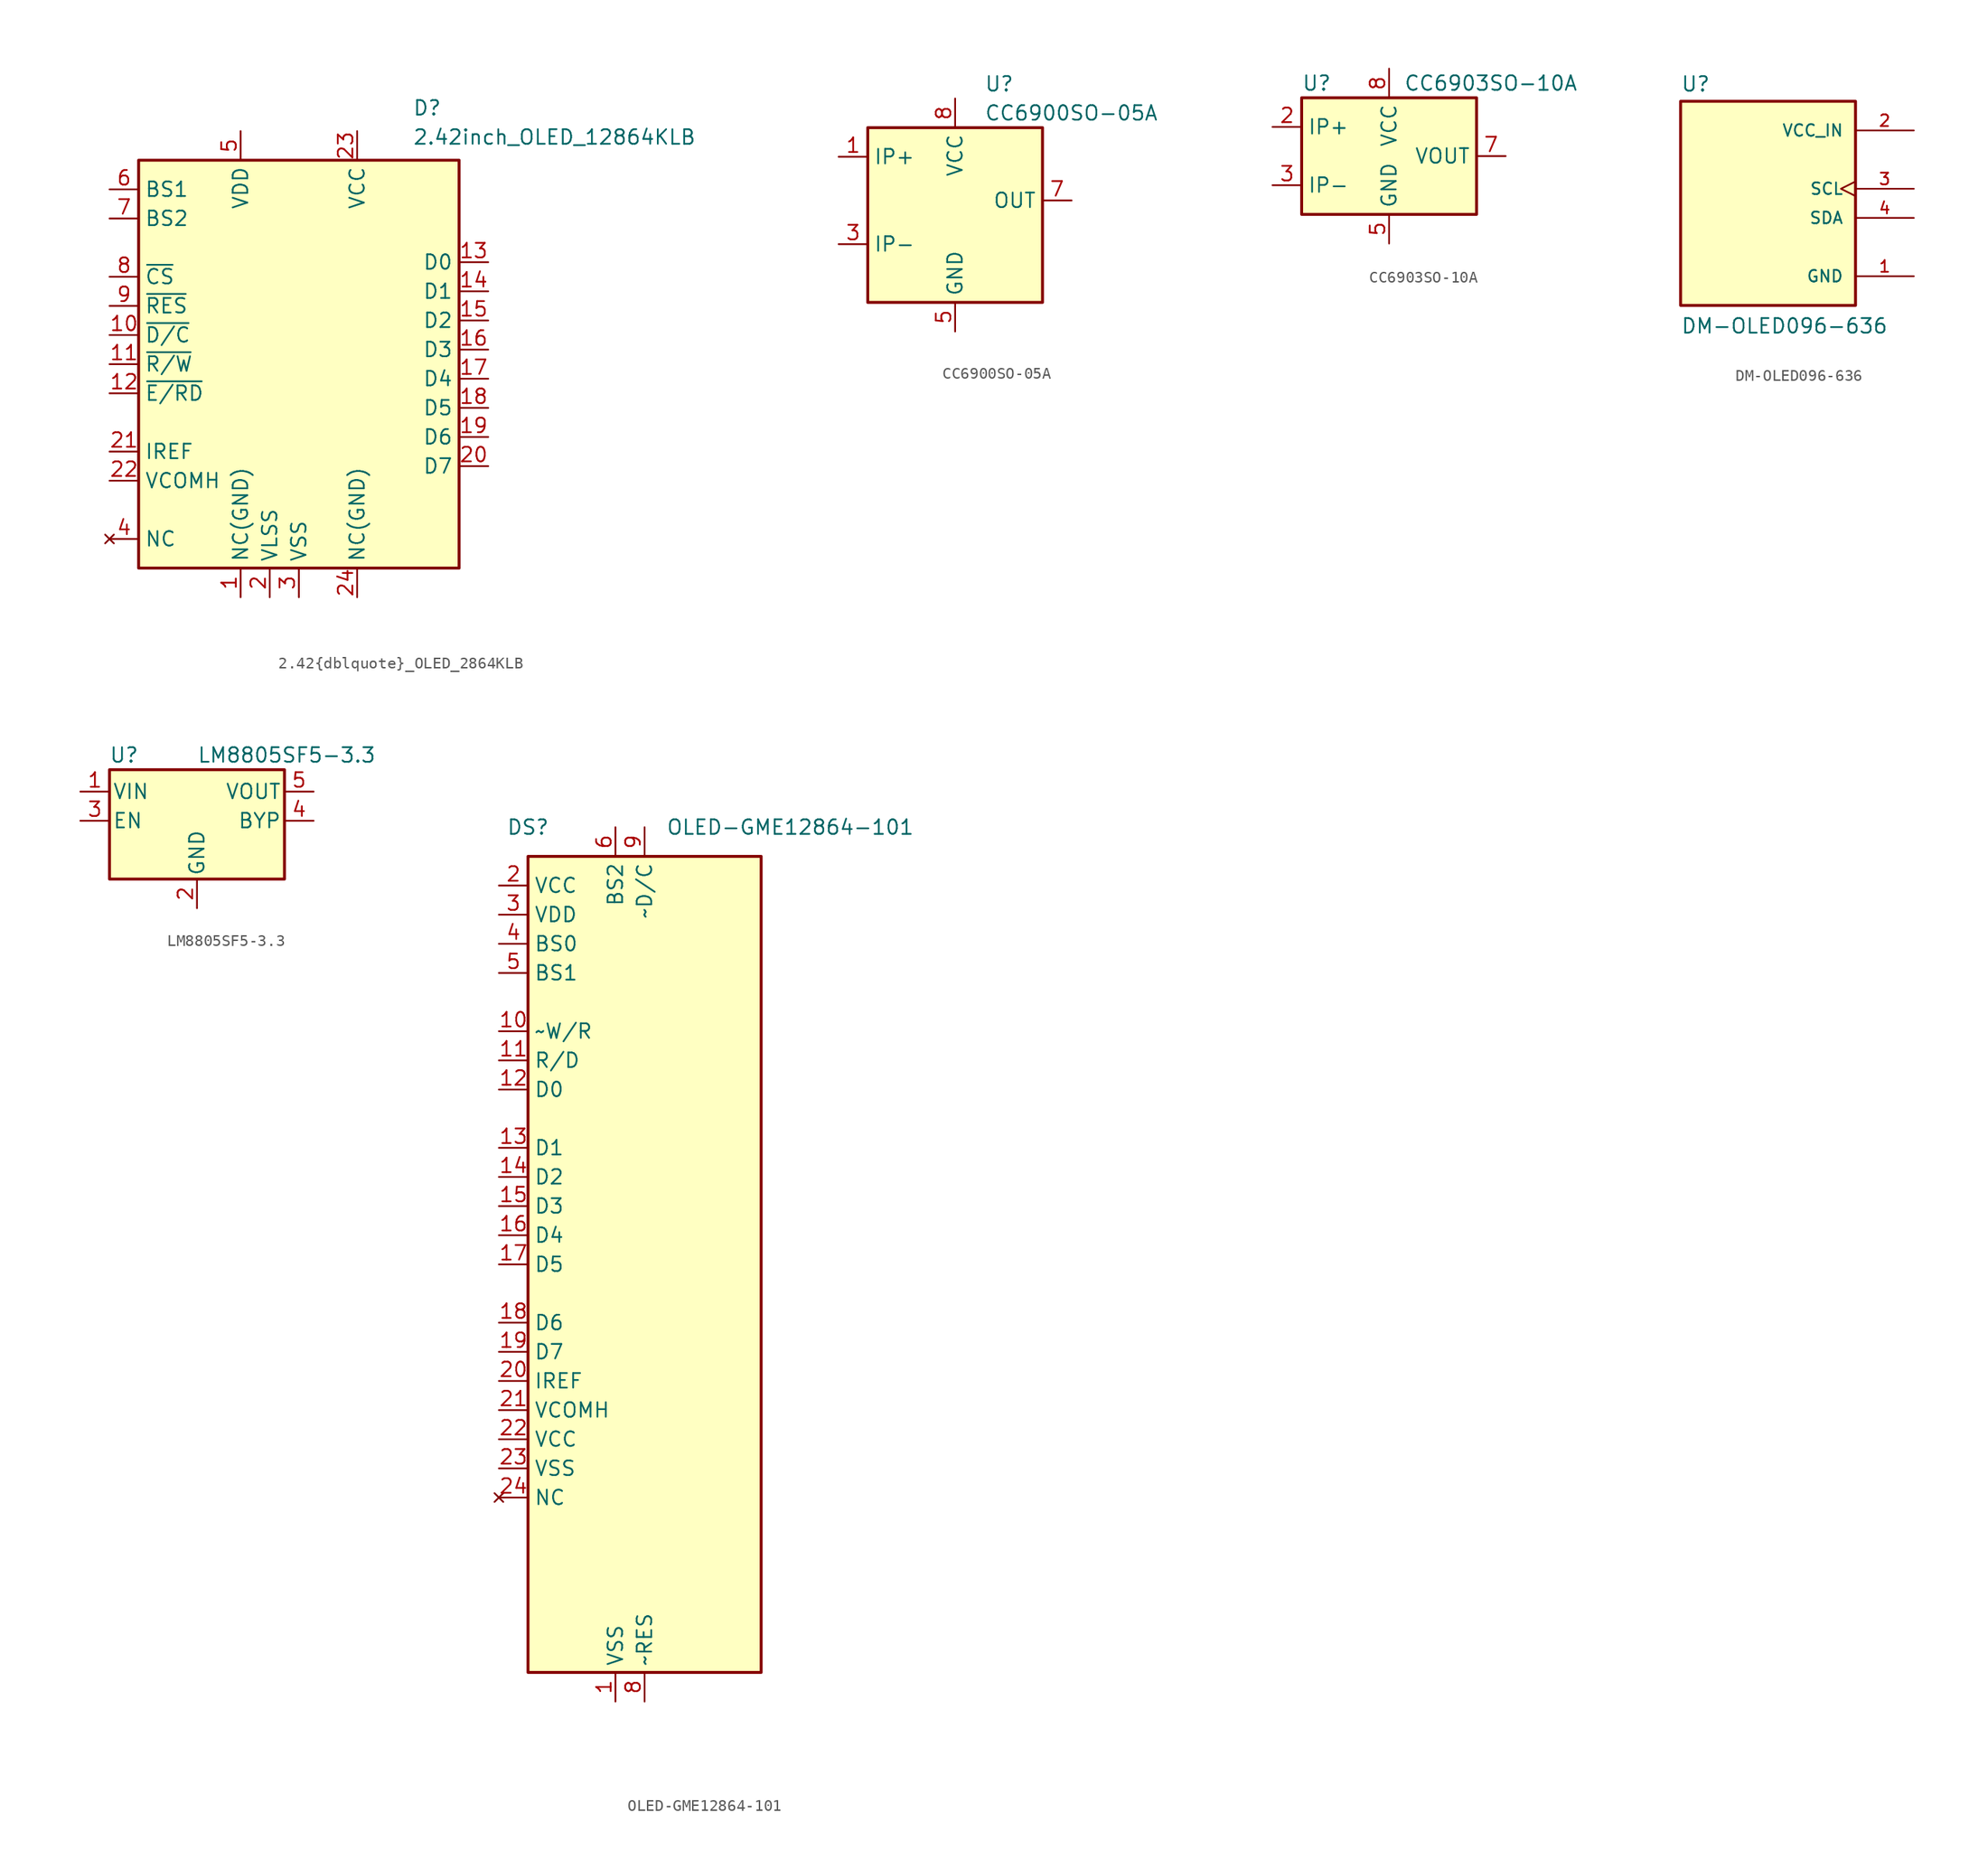
<source format=kicad_sym>
(kicad_symbol_lib
  (version 20231120)
  (generator "kicad_symbol_editor")
  (generator_version "8.0")
  (symbol "2.42{dblquote}_OLED_2864KLB"
    (property "Reference" "D"
      (at 9.906 21.59 0)
      (effects (font (size 1.27 1.27)) (justify left bottom)))
    (property "Value" "2.42inch_OLED_12864KLB"
      (at 9.906 19.05 0)
      (effects (font (size 1.27 1.27)) (justify left bottom)))
    (symbol "2.42{dblquote}_OLED_2864KLB_1_0"
      (rectangle (start -13.97 17.78) (end 13.97 -17.78) (stroke (width 0.254) (type solid) (color 128 0 0 1)) (fill (type background)))
      (pin power_in line (at -5.08 -20.32 90) (length 2.54) (name "NC(GND)" (effects (font (size 1.27 1.27)))) (number "1" (effects (font (size 1.27 1.27)))))
      (pin input line (at -16.51 2.54 0) (length 2.54) (name "~{D/C}" (effects (font (size 1.27 1.27)))) (number "10" (effects (font (size 1.27 1.27)))))
      (pin input line (at -16.51 0 0) (length 2.54) (name "~{R/W}" (effects (font (size 1.27 1.27)))) (number "11" (effects (font (size 1.27 1.27)))))
      (pin input line (at -16.51 -2.54 0) (length 2.54) (name "~{E/RD}" (effects (font (size 1.27 1.27)))) (number "12" (effects (font (size 1.27 1.27)))))
      (pin bidirectional line (at 16.51 8.89 180) (length 2.54) (name "D0" (effects (font (size 1.27 1.27)))) (number "13" (effects (font (size 1.27 1.27)))))
      (pin bidirectional line (at 16.51 6.35 180) (length 2.54) (name "D1" (effects (font (size 1.27 1.27)))) (number "14" (effects (font (size 1.27 1.27)))))
      (pin bidirectional line (at 16.51 3.81 180) (length 2.54) (name "D2" (effects (font (size 1.27 1.27)))) (number "15" (effects (font (size 1.27 1.27)))))
      (pin bidirectional line (at 16.51 1.27 180) (length 2.54) (name "D3" (effects (font (size 1.27 1.27)))) (number "16" (effects (font (size 1.27 1.27)))))
      (pin bidirectional line (at 16.51 -1.27 180) (length 2.54) (name "D4" (effects (font (size 1.27 1.27)))) (number "17" (effects (font (size 1.27 1.27)))))
      (pin bidirectional line (at 16.51 -3.81 180) (length 2.54) (name "D5" (effects (font (size 1.27 1.27)))) (number "18" (effects (font (size 1.27 1.27)))))
      (pin bidirectional line (at 16.51 -6.35 180) (length 2.54) (name "D6" (effects (font (size 1.27 1.27)))) (number "19" (effects (font (size 1.27 1.27)))))
      (pin power_in line (at -2.54 -20.32 90) (length 2.54) (name "VLSS" (effects (font (size 1.27 1.27)))) (number "2" (effects (font (size 1.27 1.27)))))
      (pin bidirectional line (at 16.51 -8.89 180) (length 2.54) (name "D7" (effects (font (size 1.27 1.27)))) (number "20" (effects (font (size 1.27 1.27)))))
      (pin input line (at -16.51 -7.62 0) (length 2.54) (name "IREF" (effects (font (size 1.27 1.27)))) (number "21" (effects (font (size 1.27 1.27)))))
      (pin input line (at -16.51 -10.16 0) (length 2.54) (name "VCOMH" (effects (font (size 1.27 1.27)))) (number "22" (effects (font (size 1.27 1.27)))))
      (pin power_in line (at 5.08 20.32 270) (length 2.54) (name "VCC" (effects (font (size 1.27 1.27)))) (number "23" (effects (font (size 1.27 1.27)))))
      (pin power_in line (at 5.08 -20.32 90) (length 2.54) (name "NC(GND)" (effects (font (size 1.27 1.27)))) (number "24" (effects (font (size 1.27 1.27)))))
      (pin power_in line (at 0 -20.32 90) (length 2.54) (name "VSS" (effects (font (size 1.27 1.27)))) (number "3" (effects (font (size 1.27 1.27)))))
      (pin no_connect line (at -16.51 -15.24 0) (length 2.54) (name "NC" (effects (font (size 1.27 1.27)))) (number "4" (effects (font (size 1.27 1.27)))))
      (pin power_in line (at -5.08 20.32 270) (length 2.54) (name "VDD" (effects (font (size 1.27 1.27)))) (number "5" (effects (font (size 1.27 1.27)))))
      (pin input line (at -16.51 15.24 0) (length 2.54) (name "BS1" (effects (font (size 1.27 1.27)))) (number "6" (effects (font (size 1.27 1.27)))))
      (pin input line (at -16.51 12.7 0) (length 2.54) (name "BS2" (effects (font (size 1.27 1.27)))) (number "7" (effects (font (size 1.27 1.27)))))
      (pin input line (at -16.51 7.62 0) (length 2.54) (name "~{CS}" (effects (font (size 1.27 1.27)))) (number "8" (effects (font (size 1.27 1.27)))))
      (pin input line (at -16.51 5.08 0) (length 2.54) (name "~{RES}" (effects (font (size 1.27 1.27)))) (number "9" (effects (font (size 1.27 1.27)))))))
  (symbol "CC6900SO-05A"
    (property "Reference" "U"
      (at 2.54 11.43 0)
      (effects (font (size 1.27 1.27)) (justify left)))
    (property "Value" "CC6900SO-05A"
      (at 2.54 8.89 0)
      (effects (font (size 1.27 1.27)) (justify left)))
    (symbol "CC6900SO-05A_0_1"
      (rectangle (start -7.62 7.62) (end 7.62 -7.62) (stroke (width 0.254) (type default)) (fill (type background))))
    (symbol "CC6900SO-05A_1_1"
      (pin passive line (at -10.16 5.08 0) (length 2.54) (name "IP+" (effects (font (size 1.27 1.27)))) (number "1" (effects (font (size 1.27 1.27)))))
      (pin passive line (at -10.16 5.08 0) (length 2.54) hide (name "IP+" (effects (font (size 1.27 1.27)))) (number "2" (effects (font (size 1.27 1.27)))))
      (pin passive line (at -10.16 -2.54 0) (length 2.54) (name "IP-" (effects (font (size 1.27 1.27)))) (number "3" (effects (font (size 1.27 1.27)))))
      (pin passive line (at -10.16 -2.54 0) (length 2.54) hide (name "IP-" (effects (font (size 1.27 1.27)))) (number "4" (effects (font (size 1.27 1.27)))))
      (pin power_in line (at 0 -10.16 90) (length 2.54) (name "GND" (effects (font (size 1.27 1.27)))) (number "5" (effects (font (size 1.27 1.27)))))
      (pin input line (at 10.16 -2.54 180) (length 2.54) hide (name "NC" (effects (font (size 1.27 1.27)))) (number "6" (effects (font (size 1.27 1.27)))))
      (pin output line (at 10.16 1.27 180) (length 2.54) (name "OUT" (effects (font (size 1.27 1.27)))) (number "7" (effects (font (size 1.27 1.27)))))
      (pin power_in line (at 0 10.16 270) (length 2.54) (name "VCC" (effects (font (size 1.27 1.27)))) (number "8" (effects (font (size 1.27 1.27)))))))
  (symbol "CC6903SO-10A"
    (property "Reference" "U"
      (at -7.62 6.35 0)
      (effects (font (size 1.27 1.27)) (justify left)))
    (property "Value" "CC6903SO-10A"
      (at 1.27 6.35 0)
      (effects (font (size 1.27 1.27)) (justify left)))
    (symbol "CC6903SO-10A_0_1"
      (rectangle (start -7.62 5.08) (end 7.62 -5.08) (stroke (width 0.254) (type default)) (fill (type background))))
    (symbol "CC6903SO-10A_1_1"
      (pin passive line (at -10.16 2.54 0) (length 2.54) hide (name "IP+" (effects (font (size 1.27 1.27)))) (number "1" (effects (font (size 1.27 1.27)))))
      (pin passive line (at -10.16 2.54 0) (length 2.54) (name "IP+" (effects (font (size 1.27 1.27)))) (number "2" (effects (font (size 1.27 1.27)))))
      (pin passive line (at -10.16 -2.54 0) (length 2.54) (name "IP-" (effects (font (size 1.27 1.27)))) (number "3" (effects (font (size 1.27 1.27)))))
      (pin passive line (at -10.16 -2.54 0) (length 2.54) hide (name "IP-" (effects (font (size 1.27 1.27)))) (number "4" (effects (font (size 1.27 1.27)))))
      (pin power_in line (at 0 -7.62 90) (length 2.54) (name "GND" (effects (font (size 1.27 1.27)))) (number "5" (effects (font (size 1.27 1.27)))))
      (pin no_connect line (at 7.62 -2.54 180) (length 2.54) hide (name "NC" (effects (font (size 1.27 1.27)))) (number "6" (effects (font (size 1.27 1.27)))))
      (pin output line (at 10.16 0 180) (length 2.54) (name "VOUT" (effects (font (size 1.27 1.27)))) (number "7" (effects (font (size 1.27 1.27)))))
      (pin power_in line (at 0 7.62 270) (length 2.54) (name "VCC" (effects (font (size 1.27 1.27)))) (number "8" (effects (font (size 1.27 1.27)))))))
  (symbol "DM-OLED096-636"
    (pin_names
      (offset 1.016))
    (property "Reference" "U"
      (at -7.62 10.922 0)
      (effects (font (size 1.27 1.27)) (justify left bottom)))
    (property "Value" "DM-OLED096-636"
      (at -7.62 -10.16 0)
      (effects (font (size 1.27 1.27)) (justify left bottom)))
    (symbol "DM-OLED096-636_0_0"
      (rectangle (start -7.62 10.16) (end 7.62 -7.62) (stroke (width 0.254) (type default)) (fill (type background)))
      (pin power_in line (at 12.7 -5.08 180) (length 5.08) (name "GND" (effects (font (size 1.016 1.016)))) (number "1" (effects (font (size 1.016 1.016)))))
      (pin power_in line (at 12.7 7.62 180) (length 5.08) (name "VCC_IN" (effects (font (size 1.016 1.016)))) (number "2" (effects (font (size 1.016 1.016)))))
      (pin input clock (at 12.7 2.54 180) (length 5.08) (name "SCL" (effects (font (size 1.016 1.016)))) (number "3" (effects (font (size 1.016 1.016)))))
      (pin bidirectional line (at 12.7 0 180) (length 5.08) (name "SDA" (effects (font (size 1.016 1.016)))) (number "4" (effects (font (size 1.016 1.016)))))))
  (symbol "LM8805SF5-3.3"
    (pin_names
      (offset 0.254))
    (property "Reference" "U"
      (at -6.35 5.715 0)
      (effects (font (size 1.27 1.27))))
    (property "Value" "LM8805SF5-3.3"
      (at 0 5.715 0)
      (effects (font (size 1.27 1.27)) (justify left)))
    (symbol "LM8805SF5-3.3_0_1"
      (rectangle (start -7.62 -5.08) (end 7.62 4.445) (stroke (width 0.254) (type default)) (fill (type background))))
    (symbol "LM8805SF5-3.3_1_1"
      (pin power_in line (at -10.16 2.54 0) (length 2.54) (name "VIN" (effects (font (size 1.27 1.27)))) (number "1" (effects (font (size 1.27 1.27)))))
      (pin power_in line (at 0 -7.62 90) (length 2.54) (name "GND" (effects (font (size 1.27 1.27)))) (number "2" (effects (font (size 1.27 1.27)))))
      (pin input line (at -10.16 0 0) (length 2.54) (name "EN" (effects (font (size 1.27 1.27)))) (number "3" (effects (font (size 1.27 1.27)))))
      (pin input line (at 10.16 0 180) (length 2.54) (name "BYP" (effects (font (size 1.27 1.27)))) (number "4" (effects (font (size 1.27 1.27)))))
      (pin power_out line (at 10.16 2.54 180) (length 2.54) (name "VOUT" (effects (font (size 1.27 1.27)))) (number "5" (effects (font (size 1.27 1.27)))))))
  (symbol "OLED-GME12864-101"
    (property "Reference" "DS"
      (at -10.16 38.1 0)
      (effects (font (size 1.27 1.27))))
    (property "Value" "OLED-GME12864-101"
      (at 12.7 38.1 0)
      (effects (font (size 1.27 1.27))))
    (symbol "OLED-GME12864-101_0_1"
      (rectangle (start -10.16 35.56) (end 10.16 -35.56) (stroke (width 0.254) (type default)) (fill (type background))))
    (symbol "OLED-GME12864-101_1_1"
      (pin power_in line (at -2.54 -38.1 90) (length 2.54) (name "VSS" (effects (font (size 1.27 1.27)))) (number "1" (effects (font (size 1.27 1.27)))))
      (pin input line (at -12.7 20.32 0) (length 2.54) (name "~W/R" (effects (font (size 1.27 1.27)))) (number "10" (effects (font (size 1.27 1.27)))))
      (pin input line (at -12.7 17.78 0) (length 2.54) (name "R/D" (effects (font (size 1.27 1.27)))) (number "11" (effects (font (size 1.27 1.27)))))
      (pin bidirectional line (at -12.7 15.24 0) (length 2.54) (name "D0" (effects (font (size 1.27 1.27)))) (number "12" (effects (font (size 1.27 1.27)))))
      (pin bidirectional line (at -12.7 10.16 0) (length 2.54) (name "D1" (effects (font (size 1.27 1.27)))) (number "13" (effects (font (size 1.27 1.27)))))
      (pin bidirectional line (at -12.7 7.62 0) (length 2.54) (name "D2" (effects (font (size 1.27 1.27)))) (number "14" (effects (font (size 1.27 1.27)))))
      (pin bidirectional line (at -12.7 5.08 0) (length 2.54) (name "D3" (effects (font (size 1.27 1.27)))) (number "15" (effects (font (size 1.27 1.27)))))
      (pin bidirectional line (at -12.7 2.54 0) (length 2.54) (name "D4" (effects (font (size 1.27 1.27)))) (number "16" (effects (font (size 1.27 1.27)))))
      (pin bidirectional line (at -12.7 0 0) (length 2.54) (name "D5" (effects (font (size 1.27 1.27)))) (number "17" (effects (font (size 1.27 1.27)))))
      (pin bidirectional line (at -12.7 -5.08 0) (length 2.54) (name "D6" (effects (font (size 1.27 1.27)))) (number "18" (effects (font (size 1.27 1.27)))))
      (pin bidirectional line (at -12.7 -7.62 0) (length 2.54) (name "D7" (effects (font (size 1.27 1.27)))) (number "19" (effects (font (size 1.27 1.27)))))
      (pin power_in line (at -12.7 33.02 0) (length 2.54) (name "VCC" (effects (font (size 1.27 1.27)))) (number "2" (effects (font (size 1.27 1.27)))))
      (pin bidirectional line (at -12.7 -10.16 0) (length 2.54) (name "IREF" (effects (font (size 1.27 1.27)))) (number "20" (effects (font (size 1.27 1.27)))))
      (pin bidirectional line (at -12.7 -12.7 0) (length 2.54) (name "VCOMH" (effects (font (size 1.27 1.27)))) (number "21" (effects (font (size 1.27 1.27)))))
      (pin power_in line (at -12.7 -15.24 0) (length 2.54) (name "VCC" (effects (font (size 1.27 1.27)))) (number "22" (effects (font (size 1.27 1.27)))))
      (pin power_in line (at -12.7 -17.78 0) (length 2.54) (name "VSS" (effects (font (size 1.27 1.27)))) (number "23" (effects (font (size 1.27 1.27)))))
      (pin no_connect line (at -12.7 -20.32 0) (length 2.54) (name "NC" (effects (font (size 1.27 1.27)))) (number "24" (effects (font (size 1.27 1.27)))))
      (pin power_in line (at -12.7 30.48 0) (length 2.54) (name "VDD" (effects (font (size 1.27 1.27)))) (number "3" (effects (font (size 1.27 1.27)))))
      (pin input line (at -12.7 27.94 0) (length 2.54) (name "BS0" (effects (font (size 1.27 1.27)))) (number "4" (effects (font (size 1.27 1.27)))))
      (pin input line (at -12.7 25.4 0) (length 2.54) (name "BS1" (effects (font (size 1.27 1.27)))) (number "5" (effects (font (size 1.27 1.27)))))
      (pin input line (at -2.54 38.1 270) (length 2.54) (name "BS2" (effects (font (size 1.27 1.27)))) (number "6" (effects (font (size 1.27 1.27)))))
      (pin input line (at 10.16 0 180) (length 2.54) hide (name "~CS" (effects (font (size 1.27 1.27)))) (number "7" (effects (font (size 1.27 1.27)))))
      (pin input line (at 0 -38.1 90) (length 2.54) (name "~RES" (effects (font (size 1.27 1.27)))) (number "8" (effects (font (size 1.27 1.27)))))
      (pin input line (at 0 38.1 270) (length 2.54) (name "~D/C" (effects (font (size 1.27 1.27)))) (number "9" (effects (font (size 1.27 1.27))))))))
</source>
